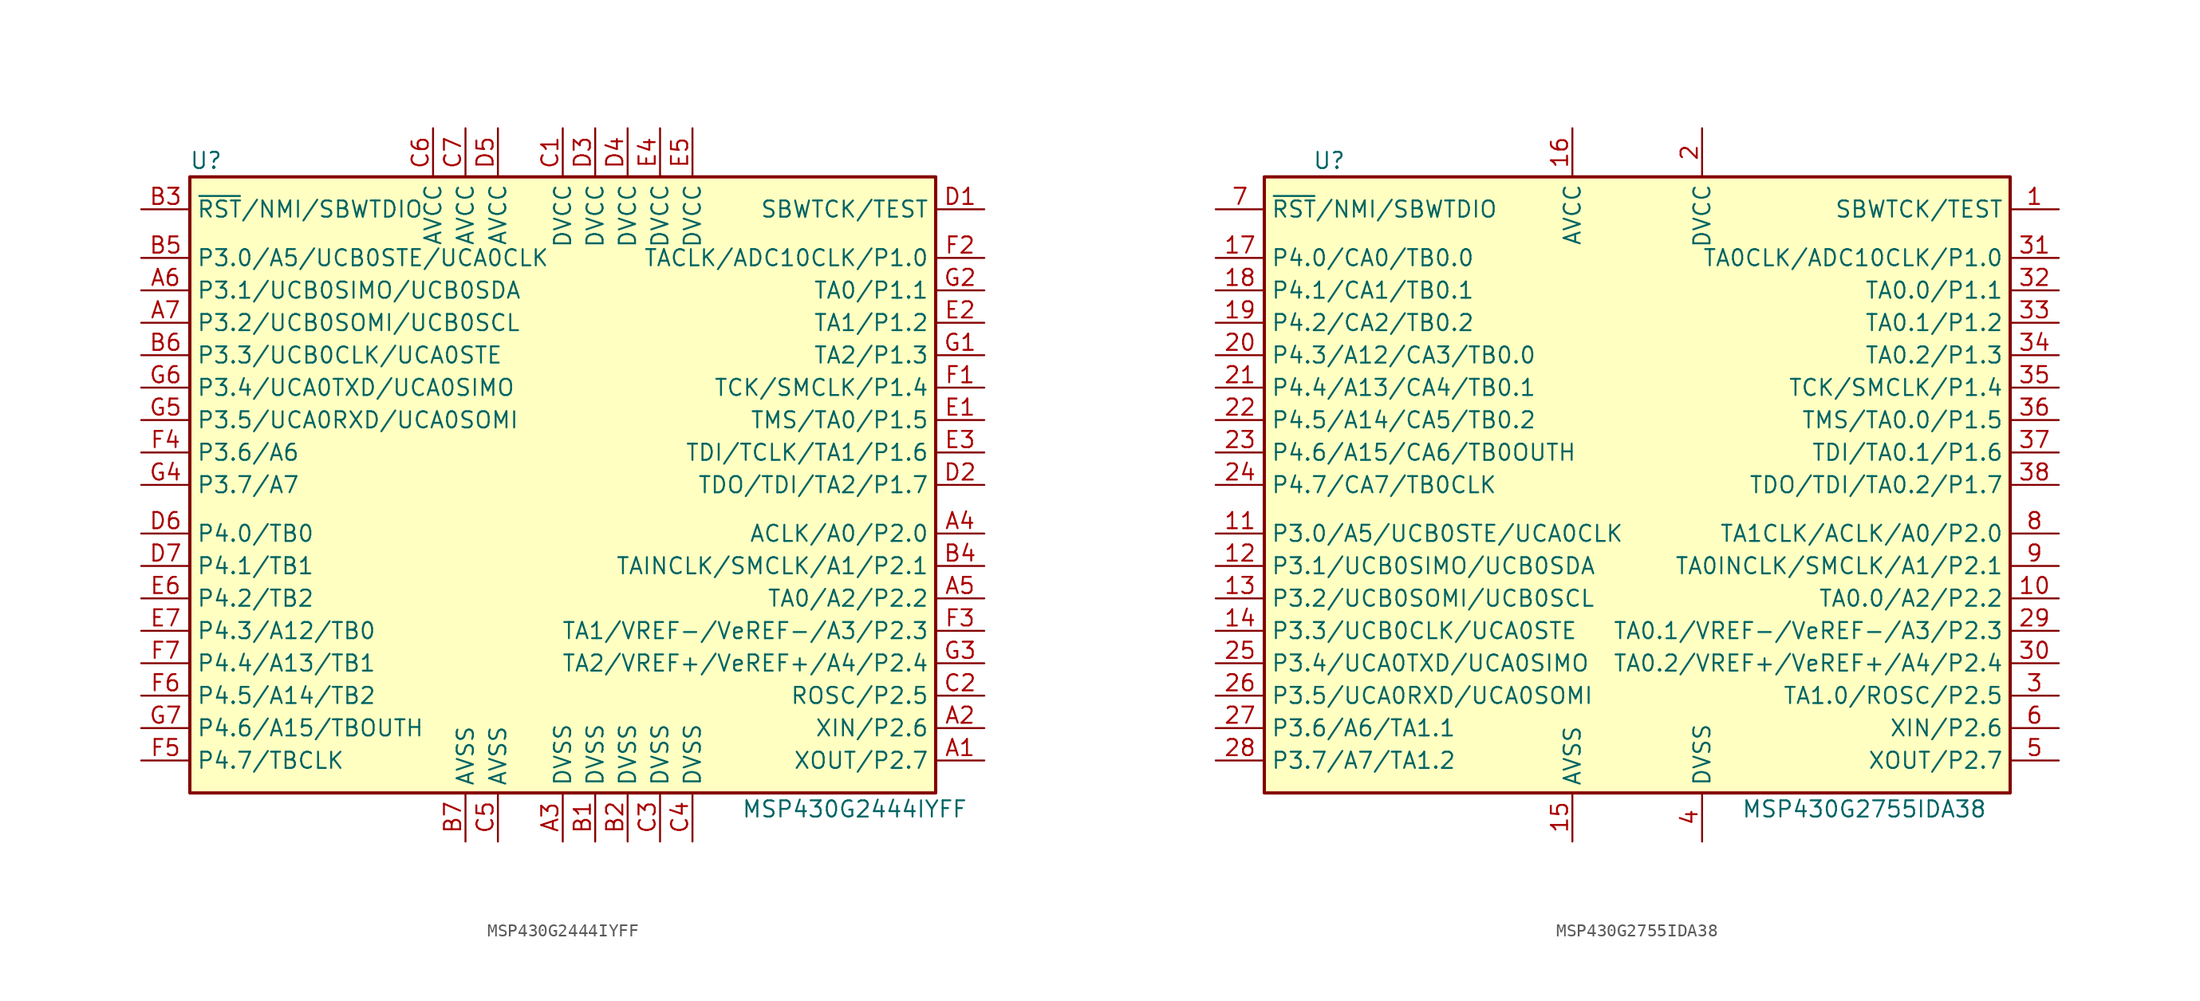
<source format=kicad_sym>
(kicad_symbol_lib
  (version 20211014)
  (generator kicad_symbol_editor)
  (symbol "MSP430G2444IYFF"
    (property "Reference" "U"
      (at -27.94 25.4 0)
      (effects (font (size 1.27 1.27))))
    (property "Value" "MSP430G2444IYFF"
      (at 22.86 -25.4 0)
      (effects (font (size 1.27 1.27))))
    (symbol "MSP430G2444IYFF_0_1"
      (rectangle (start -29.21 24.13) (end 29.21 -24.13) (stroke (width 0.254) (type default) (color 0 0 0 0)) (fill (type background))))
    (symbol "MSP430G2444IYFF_1_1"
      (pin bidirectional line (at 33.02 -21.59 180) (length 3.81) (name "XOUT/P2.7" (effects (font (size 1.27 1.27)))) (number "A1" (effects (font (size 1.27 1.27)))))
      (pin bidirectional line (at 33.02 -19.05 180) (length 3.81) (name "XIN/P2.6" (effects (font (size 1.27 1.27)))) (number "A2" (effects (font (size 1.27 1.27)))))
      (pin power_in line (at 0 -27.94 90) (length 3.81) (name "DVSS" (effects (font (size 1.27 1.27)))) (number "A3" (effects (font (size 1.27 1.27)))))
      (pin bidirectional line (at 33.02 -3.81 180) (length 3.81) (name "ACLK/A0/P2.0" (effects (font (size 1.27 1.27)))) (number "A4" (effects (font (size 1.27 1.27)))))
      (pin bidirectional line (at 33.02 -8.89 180) (length 3.81) (name "TA0/A2/P2.2" (effects (font (size 1.27 1.27)))) (number "A5" (effects (font (size 1.27 1.27)))))
      (pin bidirectional line (at -33.02 15.24 0) (length 3.81) (name "P3.1/UCB0SIMO/UCB0SDA" (effects (font (size 1.27 1.27)))) (number "A6" (effects (font (size 1.27 1.27)))))
      (pin bidirectional line (at -33.02 12.7 0) (length 3.81) (name "P3.2/UCB0SOMI/UCB0SCL" (effects (font (size 1.27 1.27)))) (number "A7" (effects (font (size 1.27 1.27)))))
      (pin power_in line (at 2.54 -27.94 90) (length 3.81) (name "DVSS" (effects (font (size 1.27 1.27)))) (number "B1" (effects (font (size 1.27 1.27)))))
      (pin power_in line (at 5.08 -27.94 90) (length 3.81) (name "DVSS" (effects (font (size 1.27 1.27)))) (number "B2" (effects (font (size 1.27 1.27)))))
      (pin input line (at -33.02 21.59 0) (length 3.81) (name "~{RST}/NMI/SBWTDIO" (effects (font (size 1.27 1.27)))) (number "B3" (effects (font (size 1.27 1.27)))))
      (pin bidirectional line (at 33.02 -6.35 180) (length 3.81) (name "TAINCLK/SMCLK/A1/P2.1" (effects (font (size 1.27 1.27)))) (number "B4" (effects (font (size 1.27 1.27)))))
      (pin bidirectional line (at -33.02 17.78 0) (length 3.81) (name "P3.0/A5/UCB0STE/UCA0CLK" (effects (font (size 1.27 1.27)))) (number "B5" (effects (font (size 1.27 1.27)))))
      (pin bidirectional line (at -33.02 10.16 0) (length 3.81) (name "P3.3/UCB0CLK/UCA0STE" (effects (font (size 1.27 1.27)))) (number "B6" (effects (font (size 1.27 1.27)))))
      (pin power_in line (at -7.62 -27.94 90) (length 3.81) (name "AVSS" (effects (font (size 1.27 1.27)))) (number "B7" (effects (font (size 1.27 1.27)))))
      (pin power_in line (at 0 27.94 270) (length 3.81) (name "DVCC" (effects (font (size 1.27 1.27)))) (number "C1" (effects (font (size 1.27 1.27)))))
      (pin bidirectional line (at 33.02 -16.51 180) (length 3.81) (name "ROSC/P2.5" (effects (font (size 1.27 1.27)))) (number "C2" (effects (font (size 1.27 1.27)))))
      (pin power_in line (at 7.62 -27.94 90) (length 3.81) (name "DVSS" (effects (font (size 1.27 1.27)))) (number "C3" (effects (font (size 1.27 1.27)))))
      (pin power_in line (at 10.16 -27.94 90) (length 3.81) (name "DVSS" (effects (font (size 1.27 1.27)))) (number "C4" (effects (font (size 1.27 1.27)))))
      (pin power_in line (at -5.08 -27.94 90) (length 3.81) (name "AVSS" (effects (font (size 1.27 1.27)))) (number "C5" (effects (font (size 1.27 1.27)))))
      (pin power_in line (at -10.16 27.94 270) (length 3.81) (name "AVCC" (effects (font (size 1.27 1.27)))) (number "C6" (effects (font (size 1.27 1.27)))))
      (pin power_in line (at -7.62 27.94 270) (length 3.81) (name "AVCC" (effects (font (size 1.27 1.27)))) (number "C7" (effects (font (size 1.27 1.27)))))
      (pin input line (at 33.02 21.59 180) (length 3.81) (name "SBWTCK/TEST" (effects (font (size 1.27 1.27)))) (number "D1" (effects (font (size 1.27 1.27)))))
      (pin bidirectional line (at 33.02 0 180) (length 3.81) (name "TDO/TDI/TA2/P1.7" (effects (font (size 1.27 1.27)))) (number "D2" (effects (font (size 1.27 1.27)))))
      (pin power_in line (at 2.54 27.94 270) (length 3.81) (name "DVCC" (effects (font (size 1.27 1.27)))) (number "D3" (effects (font (size 1.27 1.27)))))
      (pin power_in line (at 5.08 27.94 270) (length 3.81) (name "DVCC" (effects (font (size 1.27 1.27)))) (number "D4" (effects (font (size 1.27 1.27)))))
      (pin power_in line (at -5.08 27.94 270) (length 3.81) (name "AVCC" (effects (font (size 1.27 1.27)))) (number "D5" (effects (font (size 1.27 1.27)))))
      (pin bidirectional line (at -33.02 -3.81 0) (length 3.81) (name "P4.0/TB0" (effects (font (size 1.27 1.27)))) (number "D6" (effects (font (size 1.27 1.27)))))
      (pin bidirectional line (at -33.02 -6.35 0) (length 3.81) (name "P4.1/TB1" (effects (font (size 1.27 1.27)))) (number "D7" (effects (font (size 1.27 1.27)))))
      (pin bidirectional line (at 33.02 5.08 180) (length 3.81) (name "TMS/TA0/P1.5" (effects (font (size 1.27 1.27)))) (number "E1" (effects (font (size 1.27 1.27)))))
      (pin bidirectional line (at 33.02 12.7 180) (length 3.81) (name "TA1/P1.2" (effects (font (size 1.27 1.27)))) (number "E2" (effects (font (size 1.27 1.27)))))
      (pin bidirectional line (at 33.02 2.54 180) (length 3.81) (name "TDI/TCLK/TA1/P1.6" (effects (font (size 1.27 1.27)))) (number "E3" (effects (font (size 1.27 1.27)))))
      (pin power_in line (at 7.62 27.94 270) (length 3.81) (name "DVCC" (effects (font (size 1.27 1.27)))) (number "E4" (effects (font (size 1.27 1.27)))))
      (pin power_in line (at 10.16 27.94 270) (length 3.81) (name "DVCC" (effects (font (size 1.27 1.27)))) (number "E5" (effects (font (size 1.27 1.27)))))
      (pin bidirectional line (at -33.02 -8.89 0) (length 3.81) (name "P4.2/TB2" (effects (font (size 1.27 1.27)))) (number "E6" (effects (font (size 1.27 1.27)))))
      (pin bidirectional line (at -33.02 -11.43 0) (length 3.81) (name "P4.3/A12/TB0" (effects (font (size 1.27 1.27)))) (number "E7" (effects (font (size 1.27 1.27)))))
      (pin bidirectional line (at 33.02 7.62 180) (length 3.81) (name "TCK/SMCLK/P1.4" (effects (font (size 1.27 1.27)))) (number "F1" (effects (font (size 1.27 1.27)))))
      (pin bidirectional line (at 33.02 17.78 180) (length 3.81) (name "TACLK/ADC10CLK/P1.0" (effects (font (size 1.27 1.27)))) (number "F2" (effects (font (size 1.27 1.27)))))
      (pin bidirectional line (at 33.02 -11.43 180) (length 3.81) (name "TA1/VREF-/VeREF-/A3/P2.3" (effects (font (size 1.27 1.27)))) (number "F3" (effects (font (size 1.27 1.27)))))
      (pin bidirectional line (at -33.02 2.54 0) (length 3.81) (name "P3.6/A6" (effects (font (size 1.27 1.27)))) (number "F4" (effects (font (size 1.27 1.27)))))
      (pin bidirectional line (at -33.02 -21.59 0) (length 3.81) (name "P4.7/TBCLK" (effects (font (size 1.27 1.27)))) (number "F5" (effects (font (size 1.27 1.27)))))
      (pin bidirectional line (at -33.02 -16.51 0) (length 3.81) (name "P4.5/A14/TB2" (effects (font (size 1.27 1.27)))) (number "F6" (effects (font (size 1.27 1.27)))))
      (pin bidirectional line (at -33.02 -13.97 0) (length 3.81) (name "P4.4/A13/TB1" (effects (font (size 1.27 1.27)))) (number "F7" (effects (font (size 1.27 1.27)))))
      (pin bidirectional line (at 33.02 10.16 180) (length 3.81) (name "TA2/P1.3" (effects (font (size 1.27 1.27)))) (number "G1" (effects (font (size 1.27 1.27)))))
      (pin bidirectional line (at 33.02 15.24 180) (length 3.81) (name "TA0/P1.1" (effects (font (size 1.27 1.27)))) (number "G2" (effects (font (size 1.27 1.27)))))
      (pin bidirectional line (at 33.02 -13.97 180) (length 3.81) (name "TA2/VREF+/VeREF+/A4/P2.4" (effects (font (size 1.27 1.27)))) (number "G3" (effects (font (size 1.27 1.27)))))
      (pin bidirectional line (at -33.02 0 0) (length 3.81) (name "P3.7/A7" (effects (font (size 1.27 1.27)))) (number "G4" (effects (font (size 1.27 1.27)))))
      (pin bidirectional line (at -33.02 5.08 0) (length 3.81) (name "P3.5/UCA0RXD/UCA0SOMI" (effects (font (size 1.27 1.27)))) (number "G5" (effects (font (size 1.27 1.27)))))
      (pin bidirectional line (at -33.02 7.62 0) (length 3.81) (name "P3.4/UCA0TXD/UCA0SIMO" (effects (font (size 1.27 1.27)))) (number "G6" (effects (font (size 1.27 1.27)))))
      (pin bidirectional line (at -33.02 -19.05 0) (length 3.81) (name "P4.6/A15/TBOUTH" (effects (font (size 1.27 1.27)))) (number "G7" (effects (font (size 1.27 1.27)))))))
  (symbol "MSP430G2755IDA38"
    (property "Reference" "U"
      (at -24.13 25.4 0)
      (effects (font (size 1.27 1.27))))
    (property "Value" "MSP430G2755IDA38"
      (at 17.78 -25.4 0)
      (effects (font (size 1.27 1.27))))
    (symbol "MSP430G2755IDA38_0_1"
      (rectangle (start -29.21 24.13) (end 29.21 -24.13) (stroke (width 0.254) (type default) (color 0 0 0 0)) (fill (type background))))
    (symbol "MSP430G2755IDA38_1_1"
      (pin input line (at 33.02 21.59 180) (length 3.81) (name "SBWTCK/TEST" (effects (font (size 1.27 1.27)))) (number "1" (effects (font (size 1.27 1.27)))))
      (pin bidirectional line (at 33.02 -8.89 180) (length 3.81) (name "TA0.0/A2/P2.2" (effects (font (size 1.27 1.27)))) (number "10" (effects (font (size 1.27 1.27)))))
      (pin bidirectional line (at -33.02 -3.81 0) (length 3.81) (name "P3.0/A5/UCB0STE/UCA0CLK" (effects (font (size 1.27 1.27)))) (number "11" (effects (font (size 1.27 1.27)))))
      (pin bidirectional line (at -33.02 -6.35 0) (length 3.81) (name "P3.1/UCB0SIMO/UCB0SDA" (effects (font (size 1.27 1.27)))) (number "12" (effects (font (size 1.27 1.27)))))
      (pin bidirectional line (at -33.02 -8.89 0) (length 3.81) (name "P3.2/UCB0SOMI/UCB0SCL" (effects (font (size 1.27 1.27)))) (number "13" (effects (font (size 1.27 1.27)))))
      (pin bidirectional line (at -33.02 -11.43 0) (length 3.81) (name "P3.3/UCB0CLK/UCA0STE" (effects (font (size 1.27 1.27)))) (number "14" (effects (font (size 1.27 1.27)))))
      (pin power_in line (at -5.08 -27.94 90) (length 3.81) (name "AVSS" (effects (font (size 1.27 1.27)))) (number "15" (effects (font (size 1.27 1.27)))))
      (pin power_in line (at -5.08 27.94 270) (length 3.81) (name "AVCC" (effects (font (size 1.27 1.27)))) (number "16" (effects (font (size 1.27 1.27)))))
      (pin bidirectional line (at -33.02 17.78 0) (length 3.81) (name "P4.0/CA0/TB0.0" (effects (font (size 1.27 1.27)))) (number "17" (effects (font (size 1.27 1.27)))))
      (pin bidirectional line (at -33.02 15.24 0) (length 3.81) (name "P4.1/CA1/TB0.1" (effects (font (size 1.27 1.27)))) (number "18" (effects (font (size 1.27 1.27)))))
      (pin bidirectional line (at -33.02 12.7 0) (length 3.81) (name "P4.2/CA2/TB0.2" (effects (font (size 1.27 1.27)))) (number "19" (effects (font (size 1.27 1.27)))))
      (pin power_in line (at 5.08 27.94 270) (length 3.81) (name "DVCC" (effects (font (size 1.27 1.27)))) (number "2" (effects (font (size 1.27 1.27)))))
      (pin bidirectional line (at -33.02 10.16 0) (length 3.81) (name "P4.3/A12/CA3/TB0.0" (effects (font (size 1.27 1.27)))) (number "20" (effects (font (size 1.27 1.27)))))
      (pin bidirectional line (at -33.02 7.62 0) (length 3.81) (name "P4.4/A13/CA4/TB0.1" (effects (font (size 1.27 1.27)))) (number "21" (effects (font (size 1.27 1.27)))))
      (pin bidirectional line (at -33.02 5.08 0) (length 3.81) (name "P4.5/A14/CA5/TB0.2" (effects (font (size 1.27 1.27)))) (number "22" (effects (font (size 1.27 1.27)))))
      (pin bidirectional line (at -33.02 2.54 0) (length 3.81) (name "P4.6/A15/CA6/TB0OUTH" (effects (font (size 1.27 1.27)))) (number "23" (effects (font (size 1.27 1.27)))))
      (pin bidirectional line (at -33.02 0 0) (length 3.81) (name "P4.7/CA7/TB0CLK" (effects (font (size 1.27 1.27)))) (number "24" (effects (font (size 1.27 1.27)))))
      (pin bidirectional line (at -33.02 -13.97 0) (length 3.81) (name "P3.4/UCA0TXD/UCA0SIMO" (effects (font (size 1.27 1.27)))) (number "25" (effects (font (size 1.27 1.27)))))
      (pin bidirectional line (at -33.02 -16.51 0) (length 3.81) (name "P3.5/UCA0RXD/UCA0SOMI" (effects (font (size 1.27 1.27)))) (number "26" (effects (font (size 1.27 1.27)))))
      (pin bidirectional line (at -33.02 -19.05 0) (length 3.81) (name "P3.6/A6/TA1.1" (effects (font (size 1.27 1.27)))) (number "27" (effects (font (size 1.27 1.27)))))
      (pin bidirectional line (at -33.02 -21.59 0) (length 3.81) (name "P3.7/A7/TA1.2" (effects (font (size 1.27 1.27)))) (number "28" (effects (font (size 1.27 1.27)))))
      (pin bidirectional line (at 33.02 -11.43 180) (length 3.81) (name "TA0.1/VREF-/VeREF-/A3/P2.3" (effects (font (size 1.27 1.27)))) (number "29" (effects (font (size 1.27 1.27)))))
      (pin bidirectional line (at 33.02 -16.51 180) (length 3.81) (name "TA1.0/ROSC/P2.5" (effects (font (size 1.27 1.27)))) (number "3" (effects (font (size 1.27 1.27)))))
      (pin bidirectional line (at 33.02 -13.97 180) (length 3.81) (name "TA0.2/VREF+/VeREF+/A4/P2.4" (effects (font (size 1.27 1.27)))) (number "30" (effects (font (size 1.27 1.27)))))
      (pin bidirectional line (at 33.02 17.78 180) (length 3.81) (name "TA0CLK/ADC10CLK/P1.0" (effects (font (size 1.27 1.27)))) (number "31" (effects (font (size 1.27 1.27)))))
      (pin bidirectional line (at 33.02 15.24 180) (length 3.81) (name "TA0.0/P1.1" (effects (font (size 1.27 1.27)))) (number "32" (effects (font (size 1.27 1.27)))))
      (pin bidirectional line (at 33.02 12.7 180) (length 3.81) (name "TA0.1/P1.2" (effects (font (size 1.27 1.27)))) (number "33" (effects (font (size 1.27 1.27)))))
      (pin bidirectional line (at 33.02 10.16 180) (length 3.81) (name "TA0.2/P1.3" (effects (font (size 1.27 1.27)))) (number "34" (effects (font (size 1.27 1.27)))))
      (pin bidirectional line (at 33.02 7.62 180) (length 3.81) (name "TCK/SMCLK/P1.4" (effects (font (size 1.27 1.27)))) (number "35" (effects (font (size 1.27 1.27)))))
      (pin bidirectional line (at 33.02 5.08 180) (length 3.81) (name "TMS/TA0.0/P1.5" (effects (font (size 1.27 1.27)))) (number "36" (effects (font (size 1.27 1.27)))))
      (pin bidirectional line (at 33.02 2.54 180) (length 3.81) (name "TDI/TA0.1/P1.6" (effects (font (size 1.27 1.27)))) (number "37" (effects (font (size 1.27 1.27)))))
      (pin bidirectional line (at 33.02 0 180) (length 3.81) (name "TDO/TDI/TA0.2/P1.7" (effects (font (size 1.27 1.27)))) (number "38" (effects (font (size 1.27 1.27)))))
      (pin power_in line (at 5.08 -27.94 90) (length 3.81) (name "DVSS" (effects (font (size 1.27 1.27)))) (number "4" (effects (font (size 1.27 1.27)))))
      (pin bidirectional line (at 33.02 -21.59 180) (length 3.81) (name "XOUT/P2.7" (effects (font (size 1.27 1.27)))) (number "5" (effects (font (size 1.27 1.27)))))
      (pin bidirectional line (at 33.02 -19.05 180) (length 3.81) (name "XIN/P2.6" (effects (font (size 1.27 1.27)))) (number "6" (effects (font (size 1.27 1.27)))))
      (pin input line (at -33.02 21.59 0) (length 3.81) (name "~{RST}/NMI/SBWTDIO" (effects (font (size 1.27 1.27)))) (number "7" (effects (font (size 1.27 1.27)))))
      (pin bidirectional line (at 33.02 -3.81 180) (length 3.81) (name "TA1CLK/ACLK/A0/P2.0" (effects (font (size 1.27 1.27)))) (number "8" (effects (font (size 1.27 1.27)))))
      (pin bidirectional line (at 33.02 -6.35 180) (length 3.81) (name "TA0INCLK/SMCLK/A1/P2.1" (effects (font (size 1.27 1.27)))) (number "9" (effects (font (size 1.27 1.27))))))))
</source>
